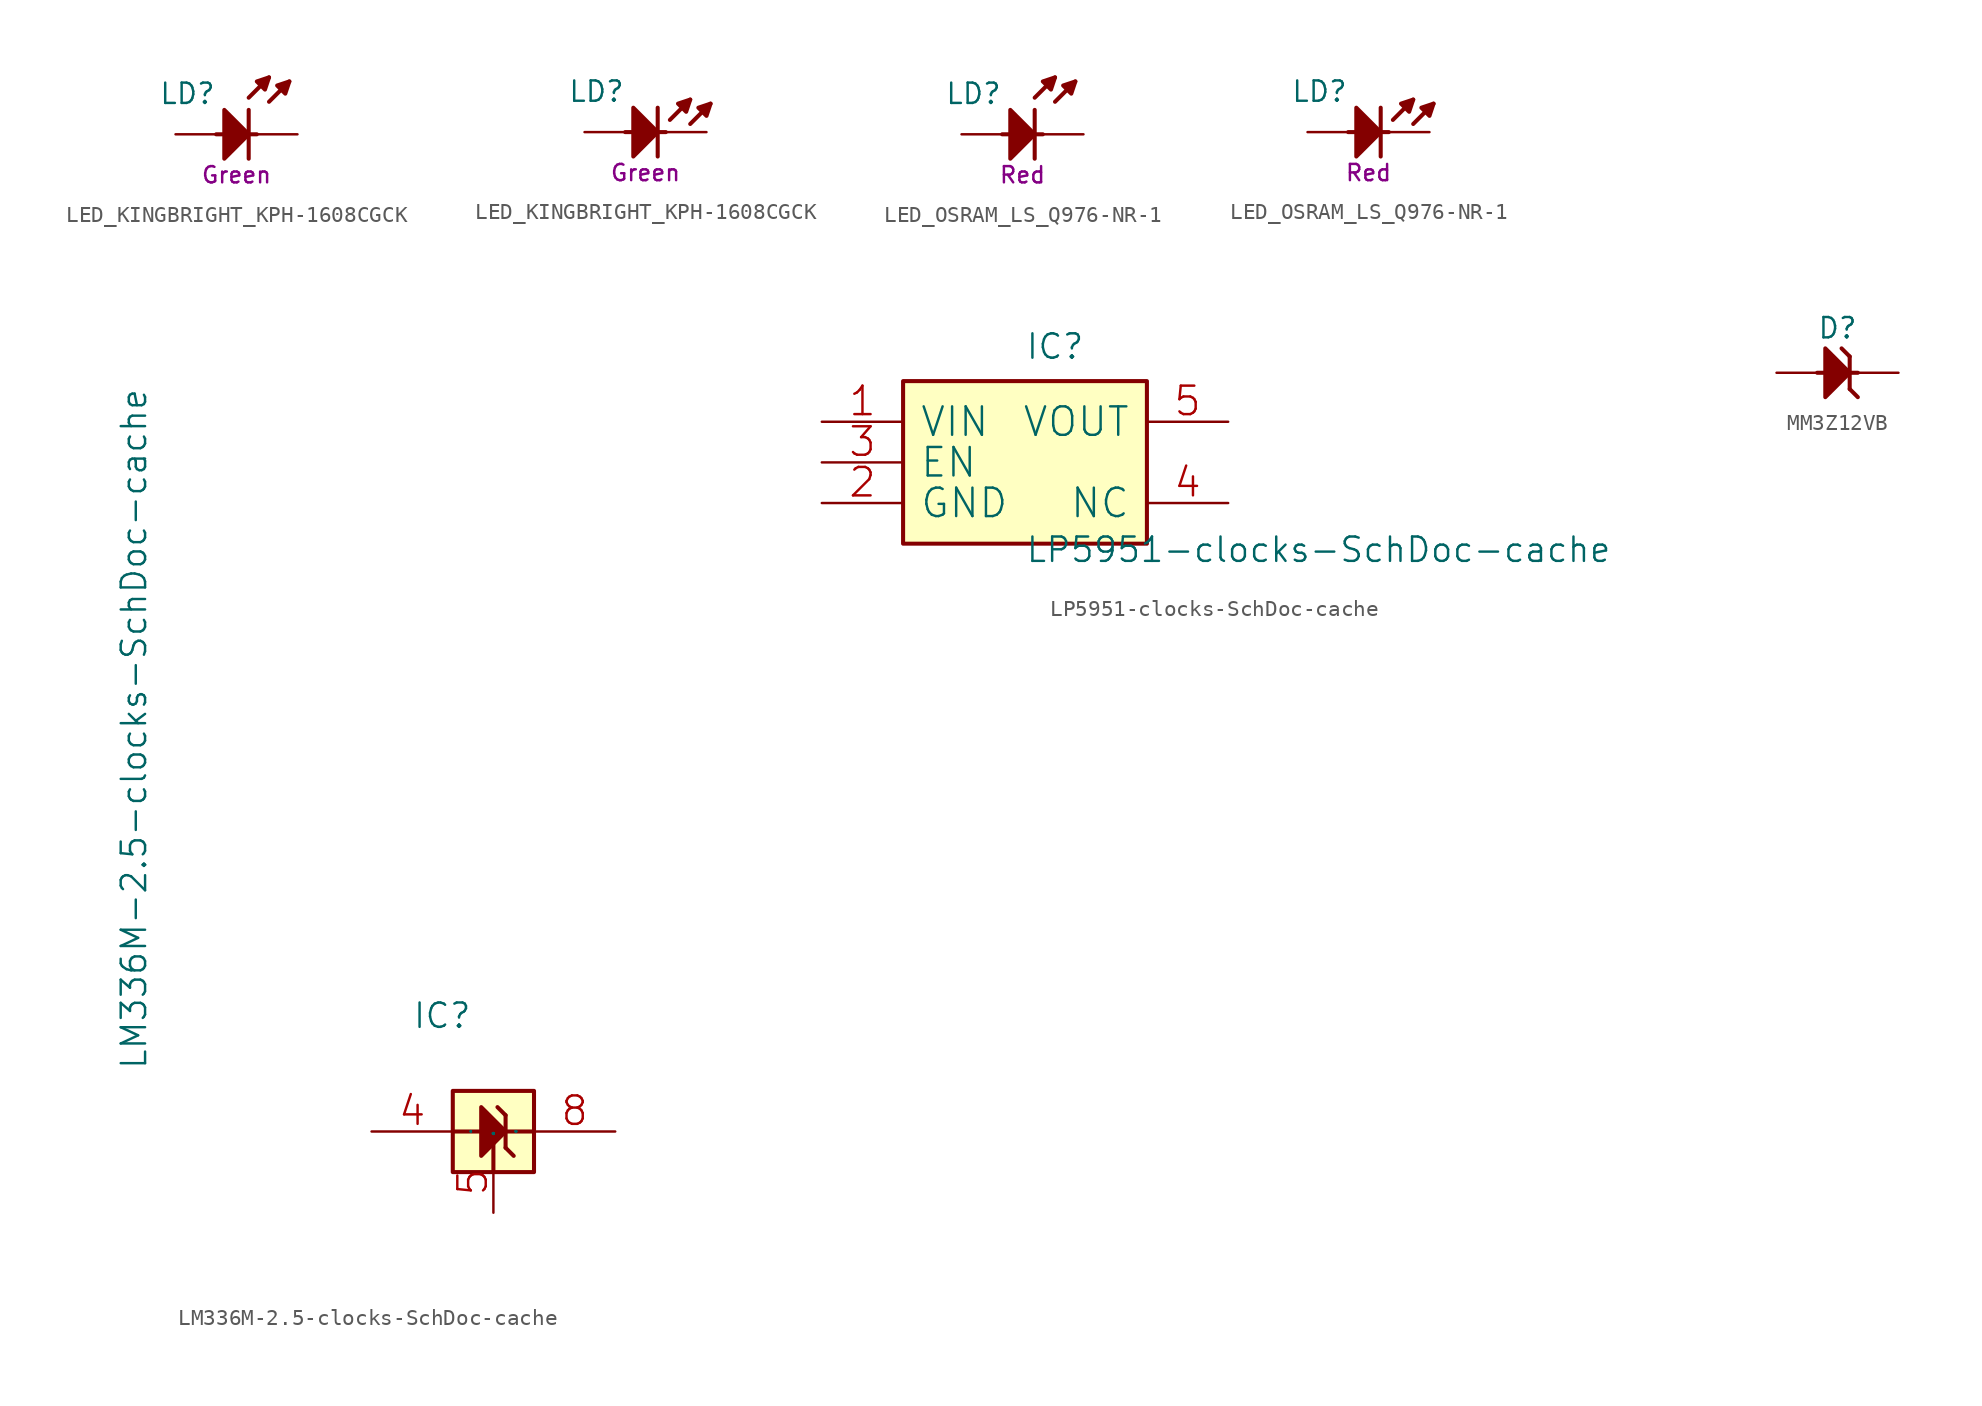
<source format=kicad_sym>
(kicad_symbol_lib
  (version 20241209)
  (generator "kicad_symbol_editor")
  (generator_version "9.0")
  (symbol "LED_KINGBRIGHT_KPH-1608CGCK"
    (pin_names
      (offset 1.27))
    (property "Reference" "LD"
      (at -1.27 2.54 0)
      (effects (font (size 1.27 1.27)) (justify right)))
    (property "Color" "Green"
      (at 0 -2.54 0)
      (effects (font (size 1.016 1.016))))
    (property "ki_locked" ""
      (at 0 0 0)
      (effects (font (size 1.27 1.27))))
    (symbol "LED_KINGBRIGHT_KPH-1608CGCK_0_1"
      (polyline (pts (xy -1.27 0) (xy 1.27 0)) (stroke (width 0.254) (type solid)) (fill (type none)))
      (polyline (pts (xy -0.762 -1.524) (xy 0.762 0) (xy -0.762 1.524) (xy -0.762 -1.524)) (stroke (width 0.254) (type solid)) (fill (type outline)))
      (polyline (pts (xy 0.762 2.286) (xy 2.032 3.556)) (stroke (width 0.254) (type solid)) (fill (type none)))
      (polyline (pts (xy 0.762 1.524) (xy 0.762 -1.524)) (stroke (width 0.254) (type solid)) (fill (type none)))
      (polyline (pts (xy 2.032 3.556) (xy 1.27 3.302) (xy 1.778 2.794) (xy 2.032 3.556)) (stroke (width 0.254) (type solid)) (fill (type outline)))
      (polyline (pts (xy 2.032 2.032) (xy 3.302 3.302)) (stroke (width 0.254) (type solid)) (fill (type none)))
      (polyline (pts (xy 3.302 3.302) (xy 2.54 3.048) (xy 3.048 2.54) (xy 3.302 3.302)) (stroke (width 0.254) (type solid)) (fill (type outline)))
      (pin passive line (at -3.81 0 0) (length 2.54) (name "A" (effects (font (size 0 0)))) (number "2" (effects (font (size 0 0)))))
      (pin passive line (at 3.81 0 180) (length 2.54) (name "C" (effects (font (size 0 0)))) (number "1" (effects (font (size 0 0))))))
    (symbol "LED_KINGBRIGHT_KPH-1608CGCK_0_2"
      (polyline (pts (xy -1.27 0) (xy 1.27 0)) (stroke (width 0.254) (type solid)) (fill (type none)))
      (polyline (pts (xy -0.762 -1.524) (xy 0.762 0) (xy -0.762 1.524) (xy -0.762 -1.524)) (stroke (width 0.254) (type solid)) (fill (type outline)))
      (polyline (pts (xy 0.762 1.524) (xy 0.762 -1.524)) (stroke (width 0.254) (type solid)) (fill (type none)))
      (polyline (pts (xy 1.524 0.762) (xy 2.794 2.032)) (stroke (width 0.254) (type solid)) (fill (type none)))
      (polyline (pts (xy 2.794 2.032) (xy 2.032 1.778) (xy 2.54 1.27) (xy 2.794 2.032)) (stroke (width 0.254) (type solid)) (fill (type outline)))
      (polyline (pts (xy 2.794 0.508) (xy 4.064 1.778)) (stroke (width 0.254) (type solid)) (fill (type none)))
      (polyline (pts (xy 4.064 1.778) (xy 3.302 1.524) (xy 3.81 1.016) (xy 4.064 1.778)) (stroke (width 0.254) (type solid)) (fill (type outline)))
      (pin passive line (at -3.81 0 0) (length 2.54) (name "A" (effects (font (size 0 0)))) (number "2" (effects (font (size 0 0)))))
      (pin passive line (at 3.81 0 180) (length 2.54) (name "C" (effects (font (size 0 0)))) (number "1" (effects (font (size 0 0)))))))
  (symbol "LED_OSRAM_LS_Q976-NR-1"
    (pin_names
      (offset 1.27))
    (property "Reference" "LD"
      (at -1.27 2.54 0)
      (effects (font (size 1.27 1.27)) (justify right)))
    (property "Color" "Red"
      (at 0 -2.54 0)
      (effects (font (size 1.016 1.016))))
    (property "ki_locked" ""
      (at 0 0 0)
      (effects (font (size 1.27 1.27))))
    (symbol "LED_OSRAM_LS_Q976-NR-1_0_1"
      (polyline (pts (xy -1.27 0) (xy 1.27 0)) (stroke (width 0.254) (type solid)) (fill (type none)))
      (polyline (pts (xy -0.762 -1.524) (xy 0.762 0) (xy -0.762 1.524) (xy -0.762 -1.524)) (stroke (width 0.254) (type solid)) (fill (type outline)))
      (polyline (pts (xy 0.762 2.286) (xy 2.032 3.556)) (stroke (width 0.254) (type solid)) (fill (type none)))
      (polyline (pts (xy 0.762 1.524) (xy 0.762 -1.524)) (stroke (width 0.254) (type solid)) (fill (type none)))
      (polyline (pts (xy 2.032 3.556) (xy 1.27 3.302) (xy 1.778 2.794) (xy 2.032 3.556)) (stroke (width 0.254) (type solid)) (fill (type outline)))
      (polyline (pts (xy 2.032 2.032) (xy 3.302 3.302)) (stroke (width 0.254) (type solid)) (fill (type none)))
      (polyline (pts (xy 3.302 3.302) (xy 2.54 3.048) (xy 3.048 2.54) (xy 3.302 3.302)) (stroke (width 0.254) (type solid)) (fill (type outline)))
      (pin passive line (at -3.81 0 0) (length 2.54) (name "A" (effects (font (size 0 0)))) (number "2" (effects (font (size 0 0)))))
      (pin passive line (at 3.81 0 180) (length 2.54) (name "C" (effects (font (size 0 0)))) (number "1" (effects (font (size 0 0))))))
    (symbol "LED_OSRAM_LS_Q976-NR-1_0_2"
      (polyline (pts (xy -1.27 0) (xy 1.27 0)) (stroke (width 0.254) (type solid)) (fill (type none)))
      (polyline (pts (xy -0.762 -1.524) (xy 0.762 0) (xy -0.762 1.524) (xy -0.762 -1.524)) (stroke (width 0.254) (type solid)) (fill (type outline)))
      (polyline (pts (xy 0.762 1.524) (xy 0.762 -1.524)) (stroke (width 0.254) (type solid)) (fill (type none)))
      (polyline (pts (xy 1.524 0.762) (xy 2.794 2.032)) (stroke (width 0.254) (type solid)) (fill (type none)))
      (polyline (pts (xy 2.794 2.032) (xy 2.032 1.778) (xy 2.54 1.27) (xy 2.794 2.032)) (stroke (width 0.254) (type solid)) (fill (type outline)))
      (polyline (pts (xy 2.794 0.508) (xy 4.064 1.778)) (stroke (width 0.254) (type solid)) (fill (type none)))
      (polyline (pts (xy 4.064 1.778) (xy 3.302 1.524) (xy 3.81 1.016) (xy 4.064 1.778)) (stroke (width 0.254) (type solid)) (fill (type outline)))
      (pin passive line (at -3.81 0 0) (length 2.54) (name "A" (effects (font (size 0 0)))) (number "2" (effects (font (size 0 0)))))
      (pin passive line (at 3.81 0 180) (length 2.54) (name "C" (effects (font (size 0 0)))) (number "1" (effects (font (size 0 0)))))))
  (symbol "LM336M-2.5-clocks-SchDoc-cache"
    (pin_names
      (offset 1.016))
    (property "Reference" "IC"
      (at -2.54 3.81 0)
      (effects (font (size 1.524 1.524)) (justify left bottom)))
    (property "Value" "LM336M-2.5-clocks-SchDoc-cache"
      (at -19.05 1.27 90)
      (effects (font (size 1.524 1.524)) (justify left bottom)))
    (property "Footprint" ""
      (at 0 0 0)
      (effects (font (size 1.524 1.524))))
    (property "Datasheet" ""
      (at 0 0 0)
      (effects (font (size 1.524 1.524))))
    (symbol "LM336M-2.5-clocks-SchDoc-cache_0_1"
      (rectangle (start 0 0) (end 5.08 -5.08) (stroke (width 0.254) (type default)) (fill (type background)))
      (polyline (pts (xy 0 -2.54) (xy 5.08 -2.54)) (stroke (width 0.254) (type default)) (fill (type none)))
      (polyline (pts (xy 1.778 -4.064) (xy 3.302 -2.54) (xy 1.778 -1.016) (xy 1.778 -4.064)) (stroke (width 0.254) (type default)) (fill (type outline)))
      (polyline (pts (xy 2.54 -2.54) (xy 2.54 -5.08)) (stroke (width 0.254) (type default)) (fill (type none)))
      (polyline (pts (xy 3.302 -1.524) (xy 2.794 -1.016)) (stroke (width 0.254) (type default)) (fill (type none)))
      (polyline (pts (xy 3.302 -1.524) (xy 3.302 -3.556)) (stroke (width 0.254) (type default)) (fill (type none)))
      (polyline (pts (xy 3.81 -4.064) (xy 3.302 -3.556)) (stroke (width 0.254) (type default)) (fill (type none)))
      (pin power_in line (at -5.08 -2.54 0) (length 5.08) (name "A" (effects (font (size 0.025 0.025)))) (number "4" (effects (font (size 1.778 1.778)))))
      (pin power_in line (at 2.54 -7.62 90) (length 3.81) (name "Adj" (effects (font (size 0.025 0.025)))) (number "5" (effects (font (size 1.778 1.778)))))
      (pin power_in line (at 10.16 -2.54 180) (length 5.08) (name "C" (effects (font (size 0.025 0.025)))) (number "8" (effects (font (size 1.778 1.778)))))))
  (symbol "LP5951-clocks-SchDoc-cache"
    (pin_names
      (offset 1.016))
    (property "Reference" "IC"
      (at 7.62 1.27 0)
      (effects (font (size 1.524 1.524)) (justify left bottom)))
    (property "Value" "LP5951-clocks-SchDoc-cache"
      (at 7.62 -11.43 0)
      (effects (font (size 1.524 1.524)) (justify left bottom)))
    (property "Footprint" ""
      (at 0 0 0)
      (effects (font (size 1.524 1.524))))
    (property "Datasheet" ""
      (at 0 0 0)
      (effects (font (size 1.524 1.524))))
    (symbol "LP5951-clocks-SchDoc-cache_0_1"
      (rectangle (start 0 -10.16) (end 15.24 0) (stroke (width 0.254) (type default)) (fill (type background)))
      (pin power_in line (at -5.08 -2.54 0) (length 5.08) (name "VIN" (effects (font (size 1.778 1.778)))) (number "1" (effects (font (size 1.778 1.778)))))
      (pin input line (at -5.08 -5.08 0) (length 5.08) (name "EN" (effects (font (size 1.778 1.778)))) (number "3" (effects (font (size 1.778 1.778)))))
      (pin power_in line (at -5.08 -7.62 0) (length 5.08) (name "GND" (effects (font (size 1.778 1.778)))) (number "2" (effects (font (size 1.778 1.778)))))
      (pin power_in line (at 20.32 -2.54 180) (length 5.08) (name "VOUT" (effects (font (size 1.778 1.778)))) (number "5" (effects (font (size 1.778 1.778)))))
      (pin passive line (at 20.32 -7.62 180) (length 5.08) (name "NC" (effects (font (size 1.778 1.778)))) (number "4" (effects (font (size 1.778 1.778)))))))
  (symbol "MM3Z12VB"
    (pin_names
      (offset 1.27))
    (property "Reference" "D"
      (at 3.81 2.794 0)
      (effects (font (size 1.27 1.27))))
    (property "ki_locked" ""
      (at 0 0 0)
      (effects (font (size 1.27 1.27))))
    (symbol "MM3Z12VB_0_1"
      (polyline (pts (xy 2.54 0) (xy 5.08 0)) (stroke (width 0.254) (type solid)) (fill (type none)))
      (polyline (pts (xy 3.048 -1.524) (xy 4.572 0) (xy 3.048 1.524) (xy 3.048 -1.524)) (stroke (width 0.254) (type solid)) (fill (type outline)))
      (polyline (pts (xy 4.572 1.016) (xy 4.064 1.524)) (stroke (width 0.254) (type solid)) (fill (type none)))
      (polyline (pts (xy 4.572 1.016) (xy 4.572 -1.016)) (stroke (width 0.254) (type solid)) (fill (type none)))
      (polyline (pts (xy 5.08 -1.524) (xy 4.572 -1.016)) (stroke (width 0.254) (type solid)) (fill (type none)))
      (pin passive line (at 0 0 0) (length 2.54) (name "A" (effects (font (size 0 0)))) (number "2" (effects (font (size 0 0)))))
      (pin passive line (at 7.62 0 180) (length 2.54) (name "C" (effects (font (size 0 0)))) (number "1" (effects (font (size 0 0))))))))
</source>
